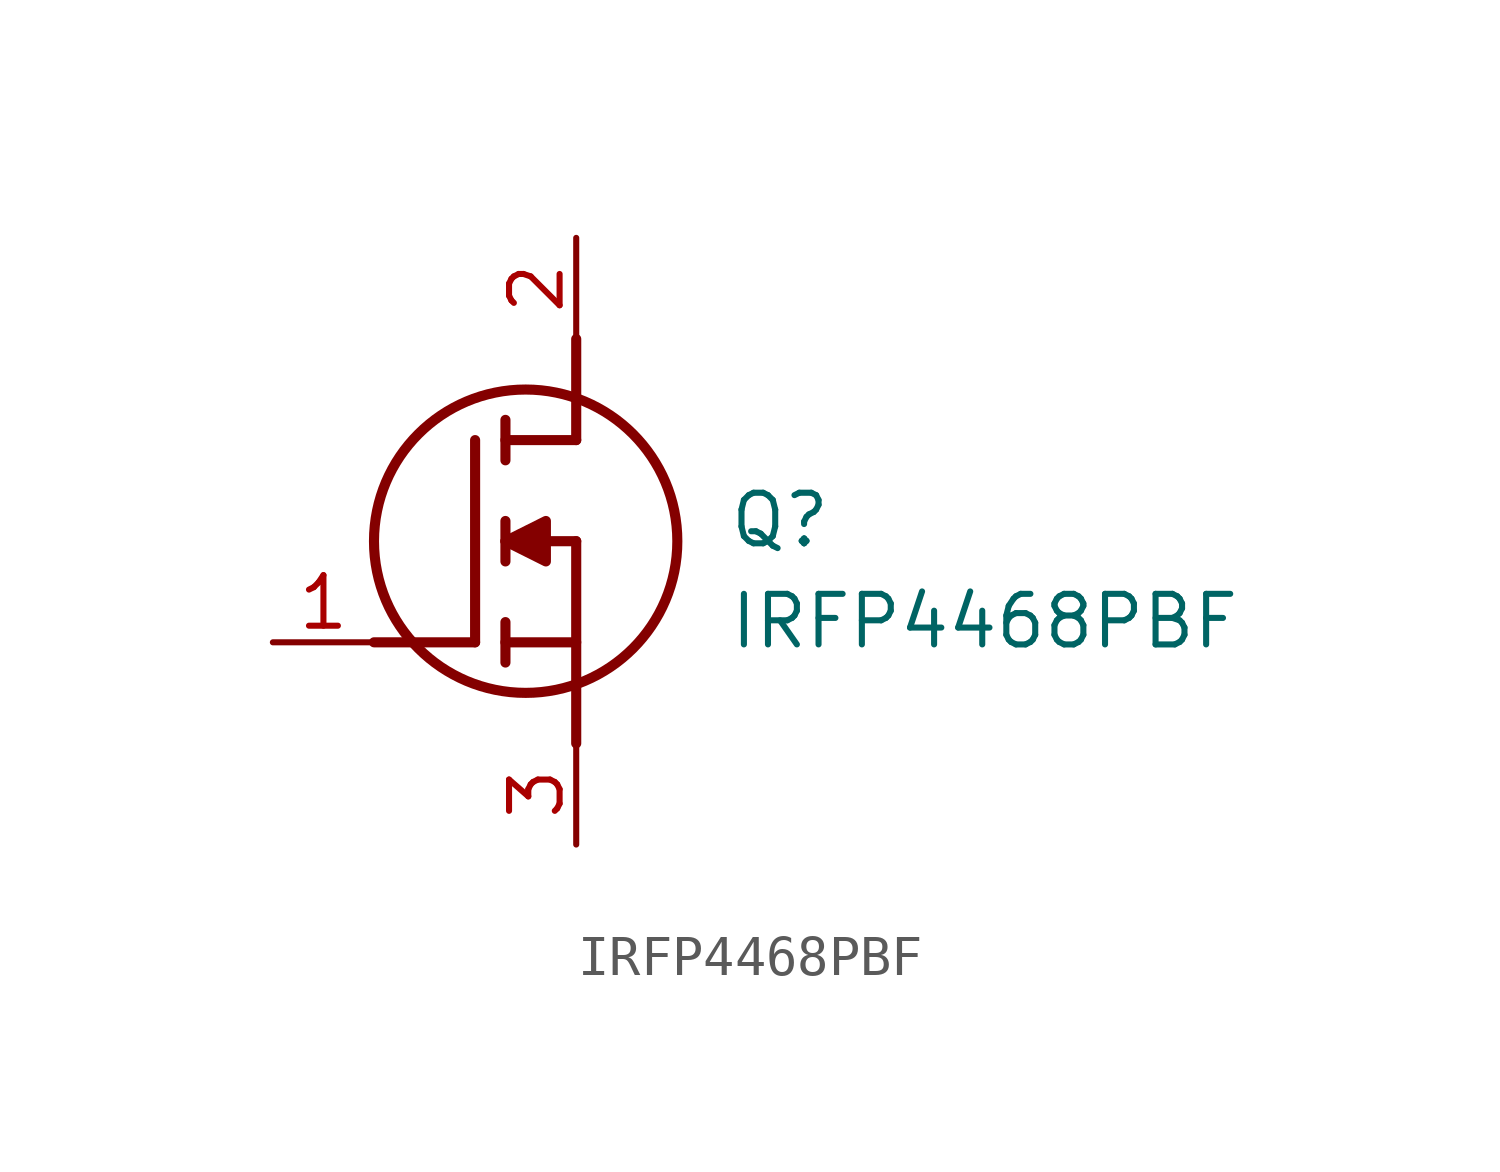
<source format=kicad_sym>
(kicad_symbol_lib
  (version 20211014)
  (generator SamacSys_ECAD_Model)
  (symbol "IRFP4468PBF"
    (pin_names hide)
    (property "Reference" "Q"
      (at 11.43 3.81 0)
      (effects (font (size 1.27 1.27)) (justify left top)))
    (property "Value" "IRFP4468PBF"
      (at 11.43 1.27 0)
      (effects (font (size 1.27 1.27)) (justify left top)))
    (polyline
      (pts (xy 7.62 2.54) (xy 7.62 -2.54))
      (stroke (width 0.254) (type default))
      (fill (type none)))
    (polyline
      (pts (xy 7.62 5.08) (xy 7.62 7.62))
      (stroke (width 0.254) (type default))
      (fill (type none)))
    (polyline
      (pts (xy 2.54 0) (xy 5.08 0))
      (stroke (width 0.254) (type default))
      (fill (type none)))
    (polyline
      (pts (xy 5.08 5.08) (xy 5.08 0))
      (stroke (width 0.254) (type default))
      (fill (type none)))
    (polyline
      (pts (xy 7.62 2.54) (xy 5.842 2.54))
      (stroke (width 0.254) (type default))
      (fill (type none)))
    (polyline
      (pts (xy 7.62 5.08) (xy 5.842 5.08))
      (stroke (width 0.254) (type default))
      (fill (type none)))
    (polyline
      (pts (xy 5.842 0) (xy 7.62 0))
      (stroke (width 0.254) (type default))
      (fill (type none)))
    (polyline
      (pts (xy 5.842 5.588) (xy 5.842 4.572))
      (stroke (width 0.254) (type default))
      (fill (type none)))
    (polyline
      (pts (xy 5.842 -0.508) (xy 5.842 0.508))
      (stroke (width 0.254) (type default))
      (fill (type none)))
    (polyline
      (pts (xy 5.842 2.032) (xy 5.842 3.048))
      (stroke (width 0.254) (type default))
      (fill (type none)))
    (circle
      (center 6.35 2.54)
      (radius 3.81)
      (stroke (width 0.254) (type default))
      (fill (type none)))
    (polyline
      (pts (xy 5.842 2.54) (xy 6.858 3.048) (xy 6.858 2.032) (xy 5.842 2.54))
      (stroke (width 0.254) (type default))
      (fill (type outline)))
    (pin passive line
      (at 0 0 0)
      (length 2.54)
      (name "G" (effects (font (size 1.27 1.27))))
      (number "1" (effects (font (size 1.27 1.27)))))
    (pin passive line
      (at 7.62 10.16 270)
      (length 2.54)
      (name "D" (effects (font (size 1.27 1.27))))
      (number "2" (effects (font (size 1.27 1.27)))))
    (pin passive line
      (at 7.62 -5.08 90)
      (length 2.54)
      (name "S" (effects (font (size 1.27 1.27))))
      (number "3" (effects (font (size 1.27 1.27)))))))
</source>
